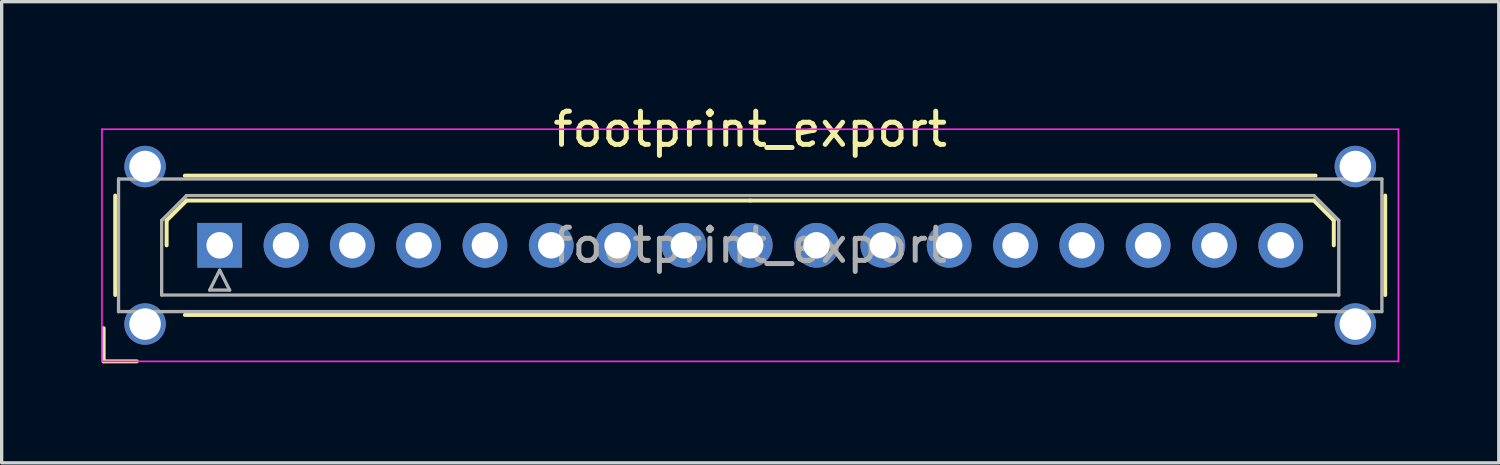
<source format=kicad_pcb>
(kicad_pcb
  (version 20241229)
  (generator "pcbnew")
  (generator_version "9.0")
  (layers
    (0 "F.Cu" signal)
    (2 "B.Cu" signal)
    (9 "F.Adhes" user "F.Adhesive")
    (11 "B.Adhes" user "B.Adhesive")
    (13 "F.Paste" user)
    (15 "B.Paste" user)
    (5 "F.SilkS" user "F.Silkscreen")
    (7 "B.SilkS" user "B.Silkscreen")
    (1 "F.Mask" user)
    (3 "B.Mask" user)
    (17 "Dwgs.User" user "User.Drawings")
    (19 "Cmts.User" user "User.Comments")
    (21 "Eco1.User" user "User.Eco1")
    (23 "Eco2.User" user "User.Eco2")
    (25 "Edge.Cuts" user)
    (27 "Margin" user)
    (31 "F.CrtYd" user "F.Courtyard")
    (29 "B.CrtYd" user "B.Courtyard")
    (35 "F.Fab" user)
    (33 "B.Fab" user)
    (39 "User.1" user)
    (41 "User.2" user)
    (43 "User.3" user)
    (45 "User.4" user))
  (footprint "footprint_export"
    (layer "F.Cu")
    (at 3.575 4.348)
    (property "Reference" "footprint_export" (at 16 -3.5 0) (layer "F.SilkS") (effects (font (size 1 1) (thickness 0.15))))
    (attr through_hole)
    (fp_line (start -3.5 2.5) (end -3.5 3.5) (stroke (width 0.12) (type solid)) (layer "F.SilkS"))
    (fp_line (start -3.5 3.5) (end -2.5 3.5) (stroke (width 0.12) (type solid)) (layer "F.SilkS"))
    (fp_line (start -3.15 -1.5) (end -3.15 1.5) (stroke (width 0.12) (type solid)) (layer "F.SilkS"))
    (fp_line (start -1.6 -0.75) (end -1 -1.35) (stroke (width 0.12) (type solid)) (layer "F.SilkS"))
    (fp_line (start -1.6 0) (end -1.6 -0.75) (stroke (width 0.12) (type solid)) (layer "F.SilkS"))
    (fp_line (start -1.05 -2.1) (end 33.05 -2.1) (stroke (width 0.12) (type solid)) (layer "F.SilkS"))
    (fp_line (start -1.05 2.1) (end 33.05 2.1) (stroke (width 0.12) (type solid)) (layer "F.SilkS"))
    (fp_line (start -1 -1.35) (end 16 -1.35) (stroke (width 0.12) (type solid)) (layer "F.SilkS"))
    (fp_line (start 33 -1.35) (end 16 -1.35) (stroke (width 0.12) (type solid)) (layer "F.SilkS"))
    (fp_line (start 33.6 -0.75) (end 33 -1.35) (stroke (width 0.12) (type solid)) (layer "F.SilkS"))
    (fp_line (start 33.6 0) (end 33.6 -0.75) (stroke (width 0.12) (type solid)) (layer "F.SilkS"))
    (fp_line (start 35.15 -1.5) (end 35.15 1.5) (stroke (width 0.12) (type solid)) (layer "F.SilkS"))
    (fp_line (start -3.55 -3.5) (end -3.55 3.5) (stroke (width 0.05) (type solid)) (layer "F.CrtYd"))
    (fp_line (start -3.55 3.5) (end 35.55 3.5) (stroke (width 0.05) (type solid)) (layer "F.CrtYd"))
    (fp_line (start 35.55 -3.5) (end -3.55 -3.5) (stroke (width 0.05) (type solid)) (layer "F.CrtYd"))
    (fp_line (start 35.55 3.5) (end 35.55 -3.5) (stroke (width 0.05) (type solid)) (layer "F.CrtYd"))
    (fp_line (start -3.05 -2) (end -3.05 2) (stroke (width 0.1) (type solid)) (layer "F.Fab"))
    (fp_line (start -3.05 2) (end 35.05 2) (stroke (width 0.1) (type solid)) (layer "F.Fab"))
    (fp_line (start -1.75 -0.75) (end -1 -1.5) (stroke (width 0.1) (type solid)) (layer "F.Fab"))
    (fp_line (start -1.75 1.5) (end -1.75 -0.75) (stroke (width 0.1) (type solid)) (layer "F.Fab"))
    (fp_line (start -1 -1.5) (end 33 -1.5) (stroke (width 0.1) (type solid)) (layer "F.Fab"))
    (fp_line (start -0.3 1.35) (end 0.3 1.35) (stroke (width 0.1) (type solid)) (layer "F.Fab"))
    (fp_line (start 0 0.75) (end -0.3 1.35) (stroke (width 0.1) (type solid)) (layer "F.Fab"))
    (fp_line (start 0.3 1.35) (end 0 0.75) (stroke (width 0.1) (type solid)) (layer "F.Fab"))
    (fp_line (start 33 -1.5) (end 33.75 -0.75) (stroke (width 0.1) (type solid)) (layer "F.Fab"))
    (fp_line (start 33.75 -0.75) (end 33.75 1.5) (stroke (width 0.1) (type solid)) (layer "F.Fab"))
    (fp_line (start 33.75 1.5) (end -1.75 1.5) (stroke (width 0.1) (type solid)) (layer "F.Fab"))
    (fp_line (start 35.05 -2) (end -3.05 -2) (stroke (width 0.1) (type solid)) (layer "F.Fab"))
    (fp_line (start 35.05 2) (end 35.05 -2) (stroke (width 0.1) (type solid)) (layer "F.Fab"))
    (fp_text user "${REFERENCE}" (at 16 0 0) (layer "F.Fab") (effects (font (size 1 1) (thickness 0.15))))
    (pad "" thru_hole circle (at -2.25 -2.375) (size 1.25 1.25) (drill 0.95) (layers "*.Cu" "*.Mask"))
    (pad "" thru_hole circle (at -2.25 2.375) (size 1.25 1.25) (drill 0.95) (layers "*.Cu" "*.Mask"))
    (pad "" thru_hole circle (at 34.25 -2.375) (size 1.25 1.25) (drill 0.95) (layers "*.Cu" "*.Mask"))
    (pad "" thru_hole circle (at 34.25 2.375) (size 1.25 1.25) (drill 0.95) (layers "*.Cu" "*.Mask"))
    (pad "1" thru_hole rect (at 0 0) (size 1.35 1.35) (drill 0.8) (layers "*.Cu" "*.Mask"))
    (pad "2" thru_hole circle (at 2 0) (size 1.35 1.35) (drill 0.8) (layers "*.Cu" "*.Mask"))
    (pad "3" thru_hole circle (at 4 0) (size 1.35 1.35) (drill 0.8) (layers "*.Cu" "*.Mask"))
    (pad "4" thru_hole circle (at 6 0) (size 1.35 1.35) (drill 0.8) (layers "*.Cu" "*.Mask"))
    (pad "5" thru_hole circle (at 8 0) (size 1.35 1.35) (drill 0.8) (layers "*.Cu" "*.Mask"))
    (pad "6" thru_hole circle (at 10 0) (size 1.35 1.35) (drill 0.8) (layers "*.Cu" "*.Mask"))
    (pad "7" thru_hole circle (at 12 0) (size 1.35 1.35) (drill 0.8) (layers "*.Cu" "*.Mask"))
    (pad "8" thru_hole circle (at 14 0) (size 1.35 1.35) (drill 0.8) (layers "*.Cu" "*.Mask"))
    (pad "9" thru_hole circle (at 16 0) (size 1.35 1.35) (drill 0.8) (layers "*.Cu" "*.Mask"))
    (pad "10" thru_hole circle (at 18 0) (size 1.35 1.35) (drill 0.8) (layers "*.Cu" "*.Mask"))
    (pad "11" thru_hole circle (at 20 0) (size 1.35 1.35) (drill 0.8) (layers "*.Cu" "*.Mask"))
    (pad "12" thru_hole circle (at 22 0) (size 1.35 1.35) (drill 0.8) (layers "*.Cu" "*.Mask"))
    (pad "13" thru_hole circle (at 24 0) (size 1.35 1.35) (drill 0.8) (layers "*.Cu" "*.Mask"))
    (pad "14" thru_hole circle (at 26 0) (size 1.35 1.35) (drill 0.8) (layers "*.Cu" "*.Mask"))
    (pad "15" thru_hole circle (at 28 0) (size 1.35 1.35) (drill 0.8) (layers "*.Cu" "*.Mask"))
    (pad "16" thru_hole circle (at 30 0) (size 1.35 1.35) (drill 0.8) (layers "*.Cu" "*.Mask"))
    (pad "17" thru_hole circle (at 32 0) (size 1.35 1.35) (drill 0.8) (layers "*.Cu" "*.Mask")))
  (gr_rect
    (start -3 -3)
    (end 42.15 10.908)
    (stroke (width 0.1) (type default))
    (fill no)
    (layer "Edge.Cuts")))
</source>
